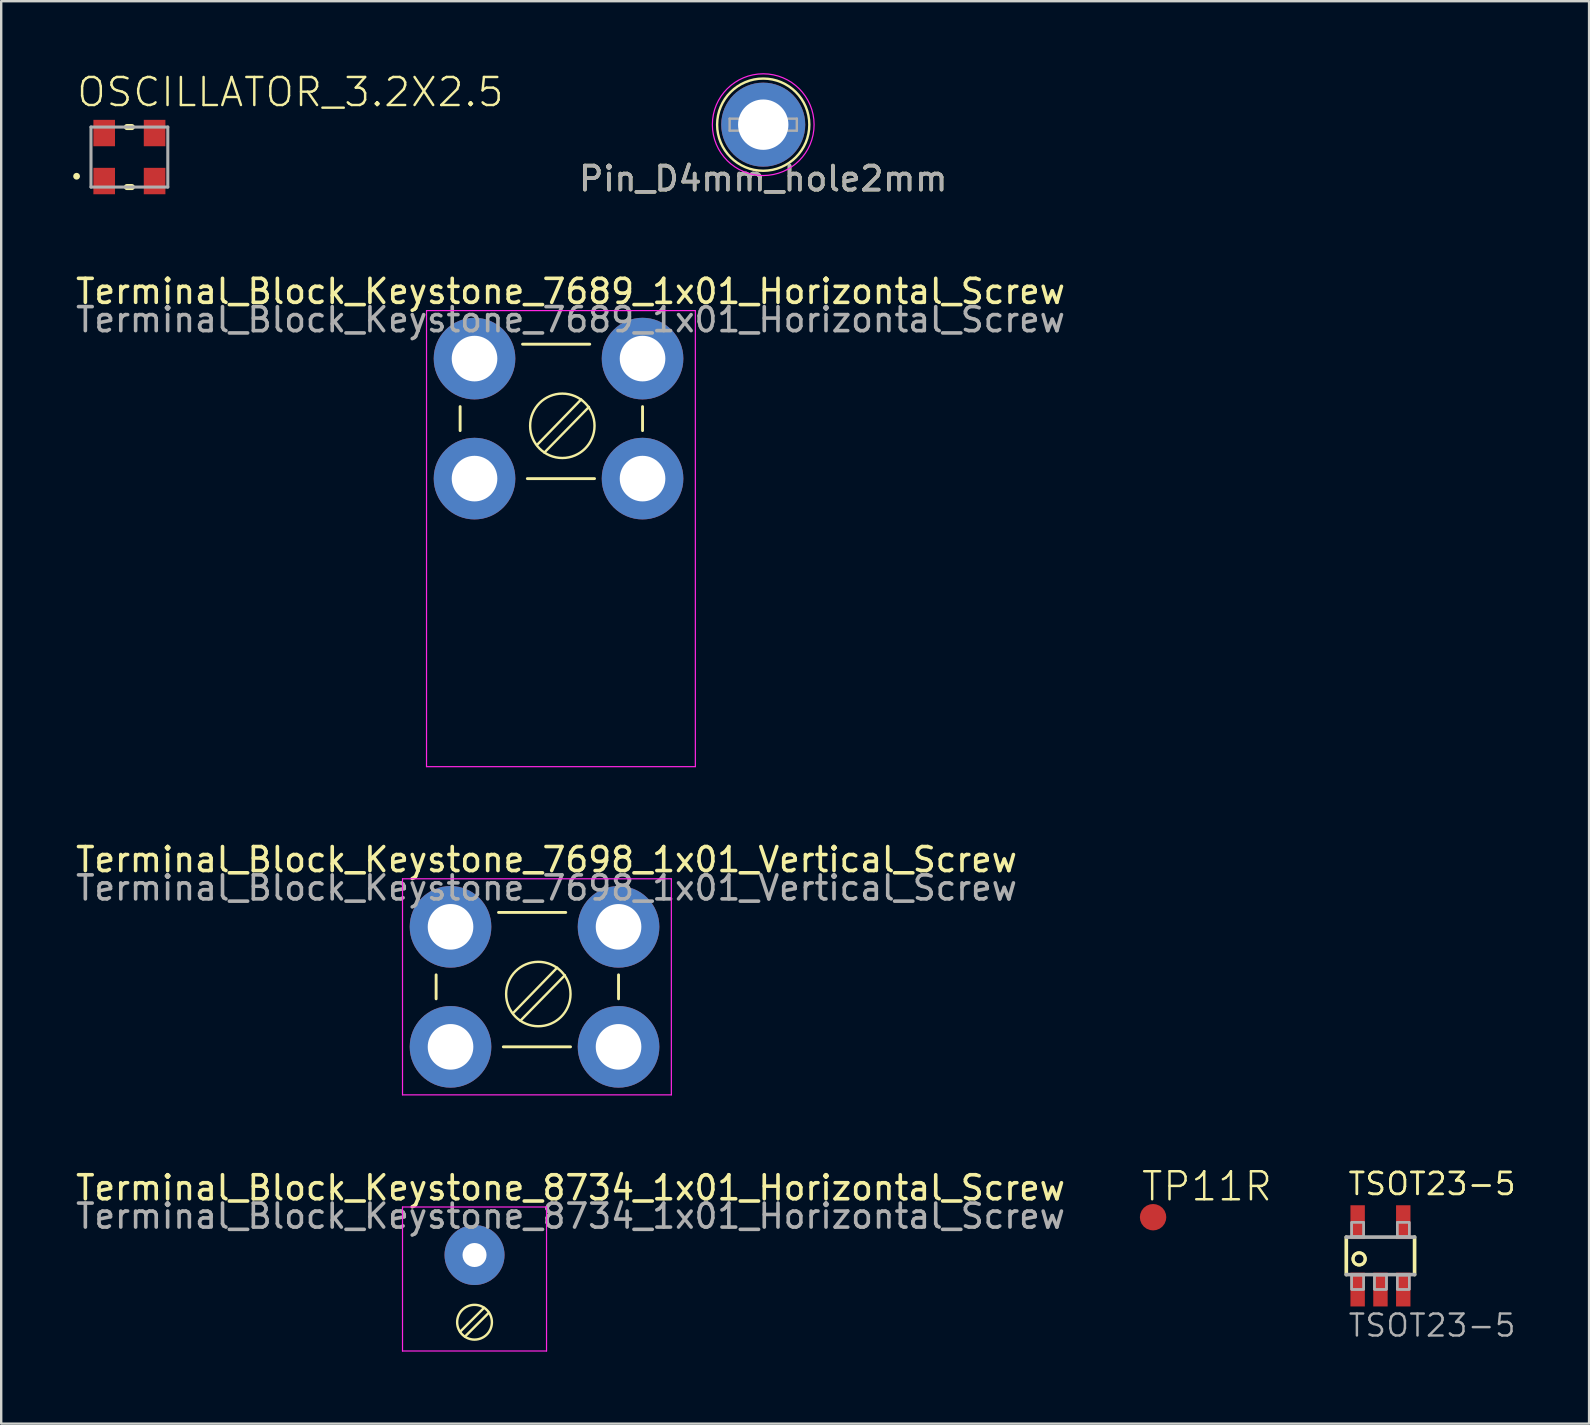
<source format=kicad_pcb>
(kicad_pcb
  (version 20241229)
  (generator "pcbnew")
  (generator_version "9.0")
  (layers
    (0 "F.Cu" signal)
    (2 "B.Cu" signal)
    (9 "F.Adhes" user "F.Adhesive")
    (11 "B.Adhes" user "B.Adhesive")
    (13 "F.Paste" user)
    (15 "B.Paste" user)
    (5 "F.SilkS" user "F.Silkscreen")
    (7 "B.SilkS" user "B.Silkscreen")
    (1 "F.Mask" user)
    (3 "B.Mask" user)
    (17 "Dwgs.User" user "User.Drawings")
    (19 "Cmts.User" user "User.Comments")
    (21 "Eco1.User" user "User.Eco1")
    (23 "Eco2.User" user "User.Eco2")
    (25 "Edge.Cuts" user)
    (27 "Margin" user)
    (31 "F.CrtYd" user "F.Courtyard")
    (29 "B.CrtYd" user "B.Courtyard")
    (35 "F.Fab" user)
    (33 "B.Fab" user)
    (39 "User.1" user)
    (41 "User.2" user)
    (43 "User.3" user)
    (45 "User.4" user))
  (footprint "OSCILLATOR_3.2X2.5"
    (layer "F.Cu")
    (at 2.341 3.493)
    (property "Reference" "OSCILLATOR_3.2X2.5" (at -2.26 -2.02 0) (unlocked yes) (layer "F.SilkS") (effects (font (size 1.168 1.168) (thickness 0.102)) (justify left bottom)))
    (fp_line (start -0.1 -1.25) (end 0.1 -1.25) (stroke (width 0.254) (type solid)) (layer "F.SilkS"))
    (fp_line (start -0.1 1.25) (end 0.1 1.25) (stroke (width 0.254) (type solid)) (layer "F.SilkS"))
    (fp_circle (center -2.2 0.8) (end -2.129 0.8) (stroke (width 0.141) (type solid)) (fill yes) (layer "F.SilkS"))
    (fp_line (start -1.6 -1.25) (end 1.6 -1.25) (stroke (width 0.127) (type solid)) (layer "F.Fab"))
    (fp_line (start -1.6 1.25) (end -1.6 -1.25) (stroke (width 0.127) (type solid)) (layer "F.Fab"))
    (fp_line (start 1.6 -1.25) (end 1.6 1.25) (stroke (width 0.127) (type solid)) (layer "F.Fab"))
    (fp_line (start 1.6 1.25) (end -1.6 1.25) (stroke (width 0.127) (type solid)) (layer "F.Fab"))
    (pad "P$1" smd rect (at -1.05 1) (size 0.9 1.1) (layers "F.Cu" "F.Mask" "F.Paste"))
    (pad "P$2" smd rect (at 1.05 1) (size 0.9 1.1) (layers "F.Cu" "F.Mask" "F.Paste"))
    (pad "P$3" smd rect (at 1.05 -1) (size 0.9 1.1) (layers "F.Cu" "F.Mask" "F.Paste"))
    (pad "P$4" smd rect (at -1.05 -1) (size 0.9 1.1) (layers "F.Cu" "F.Mask" "F.Paste")))
  (footprint "Pin_D4mm_hole2mm"
    (layer "F.Cu")
    (at 28.748 2.144)
    (property "Reference" "Pin_D4mm_hole2mm" (at 0 2.25 0) (layer "F.SilkS") (effects (font (size 1 1) (thickness 0.15))))
    (attr through_hole board_only exclude_from_pos_files exclude_from_bom)
    (fp_circle (center 0 0) (end -1.2 -1.5) (stroke (width 0.1) (type default)) (fill no) (layer "F.SilkS"))
    (fp_circle (center 0 0) (end -0.7 -2) (stroke (width 0.05) (type default)) (fill no) (layer "F.CrtYd"))
    (fp_line (start -1.4 -0.25) (end 1.4 -0.25) (stroke (width 0.1) (type solid)) (layer "F.Fab"))
    (fp_line (start -1.4 0.25) (end -1.4 -0.25) (stroke (width 0.1) (type solid)) (layer "F.Fab"))
    (fp_line (start 1.4 -0.25) (end 1.4 0.25) (stroke (width 0.1) (type solid)) (layer "F.Fab"))
    (fp_line (start 1.4 0.25) (end -1.4 0.25) (stroke (width 0.1) (type solid)) (layer "F.Fab"))
    (fp_text user "${REFERENCE}" (at 0 2.25 0) (layer "F.Fab") (effects (font (size 1 1) (thickness 0.15))))
    (pad "1" thru_hole circle (at 0 0) (size 3.5 3.5) (drill 2.098) (layers "*.Cu" "*.Mask")))
  (footprint "TSOT23-5"
    (layer "F.Cu")
    (at 54.463 49.272)
    (property "Reference" "TSOT23-5" (at -1.397 -2.464 0) (unlocked yes) (layer "F.SilkS") (effects (font (size 0.914 0.914) (thickness 0.102)) (justify left bottom)))
    (property "Value" "TSOT23-5" (at -1.397 3.434 0) (unlocked yes) (layer "F.Fab") (hide yes) (effects (font (size 0.914 0.914) (thickness 0.102)) (justify left bottom)))
    (fp_line (start -1.423 0.781) (end -1.423 -0.781) (stroke (width 0.152) (type solid)) (layer "F.SilkS"))
    (fp_line (start 1.422 -0.781) (end 1.422 0.781) (stroke (width 0.152) (type solid)) (layer "F.SilkS"))
    (fp_circle (center -0.889 0.127) (end -0.635 0.127) (stroke (width 0.127) (type solid)) (fill no) (layer "F.SilkS"))
    (fp_circle (center -0.889 0.127) (end -0.635 0.127) (stroke (width 0.127) (type solid)) (fill no) (layer "F.SilkS"))
    (fp_line (start -1.423 -0.781) (end 1.422 -0.781) (stroke (width 0.152) (type solid)) (layer "F.Fab"))
    (fp_line (start 1.422 0.781) (end -1.423 0.781) (stroke (width 0.152) (type solid)) (layer "F.Fab"))
    (fp_poly (pts (xy -1.2 -0.8) (xy -0.7 -0.8) (xy -0.7 -1.4) (xy -1.2 -1.4)) (stroke (width 0.1) (type default)) (fill no) (layer "F.Fab"))
    (fp_poly (pts (xy -1.2 -0.8) (xy -0.7 -0.8) (xy -0.7 -1.4) (xy -1.2 -1.4)) (stroke (width 0.1) (type default)) (fill no) (layer "F.Fab"))
    (fp_poly (pts (xy -1.2 1.4) (xy -0.7 1.4) (xy -0.7 0.8) (xy -1.2 0.8)) (stroke (width 0.1) (type default)) (fill no) (layer "F.Fab"))
    (fp_poly (pts (xy -1.2 1.4) (xy -0.7 1.4) (xy -0.7 0.8) (xy -1.2 0.8)) (stroke (width 0.1) (type default)) (fill no) (layer "F.Fab"))
    (fp_poly (pts (xy -0.25 1.4) (xy 0.25 1.4) (xy 0.25 0.8) (xy -0.25 0.8)) (stroke (width 0.1) (type default)) (fill no) (layer "F.Fab"))
    (fp_poly (pts (xy -0.25 1.4) (xy 0.25 1.4) (xy 0.25 0.8) (xy -0.25 0.8)) (stroke (width 0.1) (type default)) (fill no) (layer "F.Fab"))
    (fp_poly (pts (xy 0.7 -0.8) (xy 1.2 -0.8) (xy 1.2 -1.4) (xy 0.7 -1.4)) (stroke (width 0.1) (type default)) (fill no) (layer "F.Fab"))
    (fp_poly (pts (xy 0.7 -0.8) (xy 1.2 -0.8) (xy 1.2 -1.4) (xy 0.7 -1.4)) (stroke (width 0.1) (type default)) (fill no) (layer "F.Fab"))
    (fp_poly (pts (xy 0.7 1.4) (xy 1.2 1.4) (xy 1.2 0.8) (xy 0.7 0.8)) (stroke (width 0.1) (type default)) (fill no) (layer "F.Fab"))
    (fp_poly (pts (xy 0.7 1.4) (xy 1.2 1.4) (xy 1.2 0.8) (xy 0.7 0.8)) (stroke (width 0.1) (type default)) (fill no) (layer "F.Fab"))
    (fp_text user "${REFERENCE}" (at -1.397 -2.464 0) (unlocked yes) (layer "F.SilkS") (effects (font (size 0.914 0.914) (thickness 0.102)) (justify left bottom)))
    (fp_text user "${VALUE}" (at -1.397 3.434 0) (unlocked yes) (layer "F.Fab") (effects (font (size 0.914 0.914) (thickness 0.102)) (justify left bottom)))
    (pad "1" smd rect (at -0.95 1.404) (size 0.6 1.408) (layers "F.Cu" "F.Mask" "F.Paste"))
    (pad "2" smd rect (at 0 1.404) (size 0.6 1.408) (layers "F.Cu" "F.Mask" "F.Paste"))
    (pad "3" smd rect (at 0.95 1.404) (size 0.6 1.408) (layers "F.Cu" "F.Mask" "F.Paste"))
    (pad "4" smd rect (at 0.95 -1.404) (size 0.6 1.408) (layers "F.Cu" "F.Mask" "F.Paste"))
    (pad "5" smd rect (at -0.95 -1.404) (size 0.6 1.408) (layers "F.Cu" "F.Mask" "F.Paste")))
  (footprint "TP11R"
    (layer "F.Cu")
    (at 44.99 47.662)
    (property "Reference" "TP11R" (at -0.55 -0.6 0) (unlocked yes) (layer "F.SilkS") (effects (font (size 1.168 1.168) (thickness 0.102)) (justify left bottom)))
    (pad "1" smd roundrect (at 0 0) (size 1.1 1.1) (layers "F.Cu" "F.Mask") (roundrect_rratio 0.5)))
  (footprint "Terminal_Block_Keystone_8734_1x01_Horizontal_Screw"
    (layer "F.Cu")
    (at 16.72 49.237)
    (property "Reference" "Terminal_Block_Keystone_8734_1x01_Horizontal_Screw" (at 4 -2.8 0) (layer "F.SilkS") (effects (font (size 1 1) (thickness 0.15))))
    (attr through_hole exclude_from_pos_files)
    (fp_line (start -0.602 3.198) (end 0.398 2.198) (stroke (width 0.1) (type default)) (layer "F.SilkS"))
    (fp_line (start -0.4 3.4) (end 0.6 2.4) (stroke (width 0.1) (type default)) (layer "F.SilkS"))
    (fp_circle (center 0 2.8) (end 0.579 2.365) (stroke (width 0.1) (type solid)) (fill no) (layer "F.SilkS"))
    (fp_line (start -3 -2) (end -3 4) (stroke (width 0.05) (type solid)) (layer "F.CrtYd"))
    (fp_line (start -3 4) (end 3 4) (stroke (width 0.05) (type solid)) (layer "F.CrtYd"))
    (fp_line (start 3 -2) (end -3 -2) (stroke (width 0.05) (type solid)) (layer "F.CrtYd"))
    (fp_line (start 3 -2) (end 3 4) (stroke (width 0.05) (type solid)) (layer "F.CrtYd"))
    (fp_text user "${REFERENCE}" (at 4 -1.62 0) (layer "F.Fab") (effects (font (size 1 1) (thickness 0.15))))
    (pad "1" thru_hole circle (at 0 0) (size 2.5 2.5) (drill 1) (layers "*.Cu" "*.Mask")))
  (footprint "Terminal_Block_Keystone_7689_1x01_Horizontal_Screw"
    (layer "F.Cu")
    (at 16.72 11.89)
    (property "Reference" "Terminal_Block_Keystone_7689_1x01_Horizontal_Screw" (at 4 -2.8 0) (layer "F.SilkS") (effects (font (size 1 1) (thickness 0.15))))
    (attr through_hole exclude_from_pos_files)
    (fp_line (start -0.6 2) (end -0.6 3) (stroke (width 0.12) (type solid)) (layer "F.SilkS"))
    (fp_line (start 2 -0.6) (end 4.8 -0.6) (stroke (width 0.12) (type solid)) (layer "F.SilkS"))
    (fp_line (start 2.2 5) (end 5 5) (stroke (width 0.12) (type solid)) (layer "F.SilkS"))
    (fp_line (start 2.6 3.6) (end 4.443 1.701) (stroke (width 0.1) (type default)) (layer "F.SilkS"))
    (fp_line (start 2.91 3.913) (end 4.765 2.016) (stroke (width 0.1) (type default)) (layer "F.SilkS"))
    (fp_line (start 7 2) (end 7 3) (stroke (width 0.12) (type solid)) (layer "F.SilkS"))
    (fp_circle (center 3.658 2.8) (end 4.858 2.2) (stroke (width 0.1) (type solid)) (fill no) (layer "F.SilkS"))
    (fp_line (start -2 -2) (end -2 17) (stroke (width 0.05) (type solid)) (layer "F.CrtYd"))
    (fp_line (start -2 17) (end 9.2 17) (stroke (width 0.05) (type solid)) (layer "F.CrtYd"))
    (fp_line (start 9.2 -2) (end -2 -2) (stroke (width 0.05) (type solid)) (layer "F.CrtYd"))
    (fp_line (start 9.2 -2) (end 9.2 17) (stroke (width 0.05) (type solid)) (layer "F.CrtYd"))
    (fp_text user "${REFERENCE}" (at 4 -1.62 0) (layer "F.Fab") (effects (font (size 1 1) (thickness 0.15))))
    (pad "1" thru_hole circle (at 0 0) (size 3.4 3.4) (drill 1.9) (layers "*.Cu" "*.Mask"))
    (pad "1" thru_hole circle (at 0 5) (size 3.4 3.4) (drill 1.9) (layers "*.Cu" "*.Mask"))
    (pad "1" thru_hole circle (at 7 0) (size 3.4 3.4) (drill 1.9) (layers "*.Cu" "*.Mask"))
    (pad "1" thru_hole circle (at 7 5) (size 3.4 3.4) (drill 1.9) (layers "*.Cu" "*.Mask")))
  (footprint "Terminal_Block_Keystone_7698_1x01_Vertical_Screw"
    (layer "F.Cu")
    (at 15.72 35.564)
    (property "Reference" "Terminal_Block_Keystone_7698_1x01_Vertical_Screw" (at 4 -2.8 0) (layer "F.SilkS") (effects (font (size 1 1) (thickness 0.15))))
    (attr through_hole exclude_from_pos_files)
    (fp_line (start -0.6 2) (end -0.6 3) (stroke (width 0.12) (type solid)) (layer "F.SilkS"))
    (fp_line (start 2 -0.6) (end 4.8 -0.6) (stroke (width 0.12) (type solid)) (layer "F.SilkS"))
    (fp_line (start 2.2 5) (end 5 5) (stroke (width 0.12) (type solid)) (layer "F.SilkS"))
    (fp_line (start 2.6 3.6) (end 4.443 1.701) (stroke (width 0.1) (type default)) (layer "F.SilkS"))
    (fp_line (start 2.91 3.913) (end 4.765 2.016) (stroke (width 0.1) (type default)) (layer "F.SilkS"))
    (fp_line (start 7 2) (end 7 3) (stroke (width 0.12) (type solid)) (layer "F.SilkS"))
    (fp_circle (center 3.658 2.8) (end 4.858 2.2) (stroke (width 0.1) (type solid)) (fill no) (layer "F.SilkS"))
    (fp_line (start -2 -2) (end -2 7) (stroke (width 0.05) (type solid)) (layer "F.CrtYd"))
    (fp_line (start -2 7) (end 9.2 7) (stroke (width 0.05) (type solid)) (layer "F.CrtYd"))
    (fp_line (start 9.2 -2) (end -2 -2) (stroke (width 0.05) (type solid)) (layer "F.CrtYd"))
    (fp_line (start 9.2 -2) (end 9.2 7) (stroke (width 0.05) (type solid)) (layer "F.CrtYd"))
    (fp_text user "${REFERENCE}" (at 4 -1.62 0) (layer "F.Fab") (effects (font (size 1 1) (thickness 0.15))))
    (pad "1" thru_hole circle (at 0 0) (size 3.4 3.4) (drill 1.9) (layers "*.Cu" "*.Mask"))
    (pad "1" thru_hole circle (at 0 5) (size 3.4 3.4) (drill 1.9) (layers "*.Cu" "*.Mask"))
    (pad "1" thru_hole circle (at 7 0) (size 3.4 3.4) (drill 1.9) (layers "*.Cu" "*.Mask"))
    (pad "1" thru_hole circle (at 7 5) (size 3.4 3.4) (drill 1.9) (layers "*.Cu" "*.Mask")))
  (gr_rect
    (start -3 -3)
    (end 63.155 56.262)
    (stroke (width 0.1) (type default))
    (fill no)
    (layer "Edge.Cuts")))
</source>
